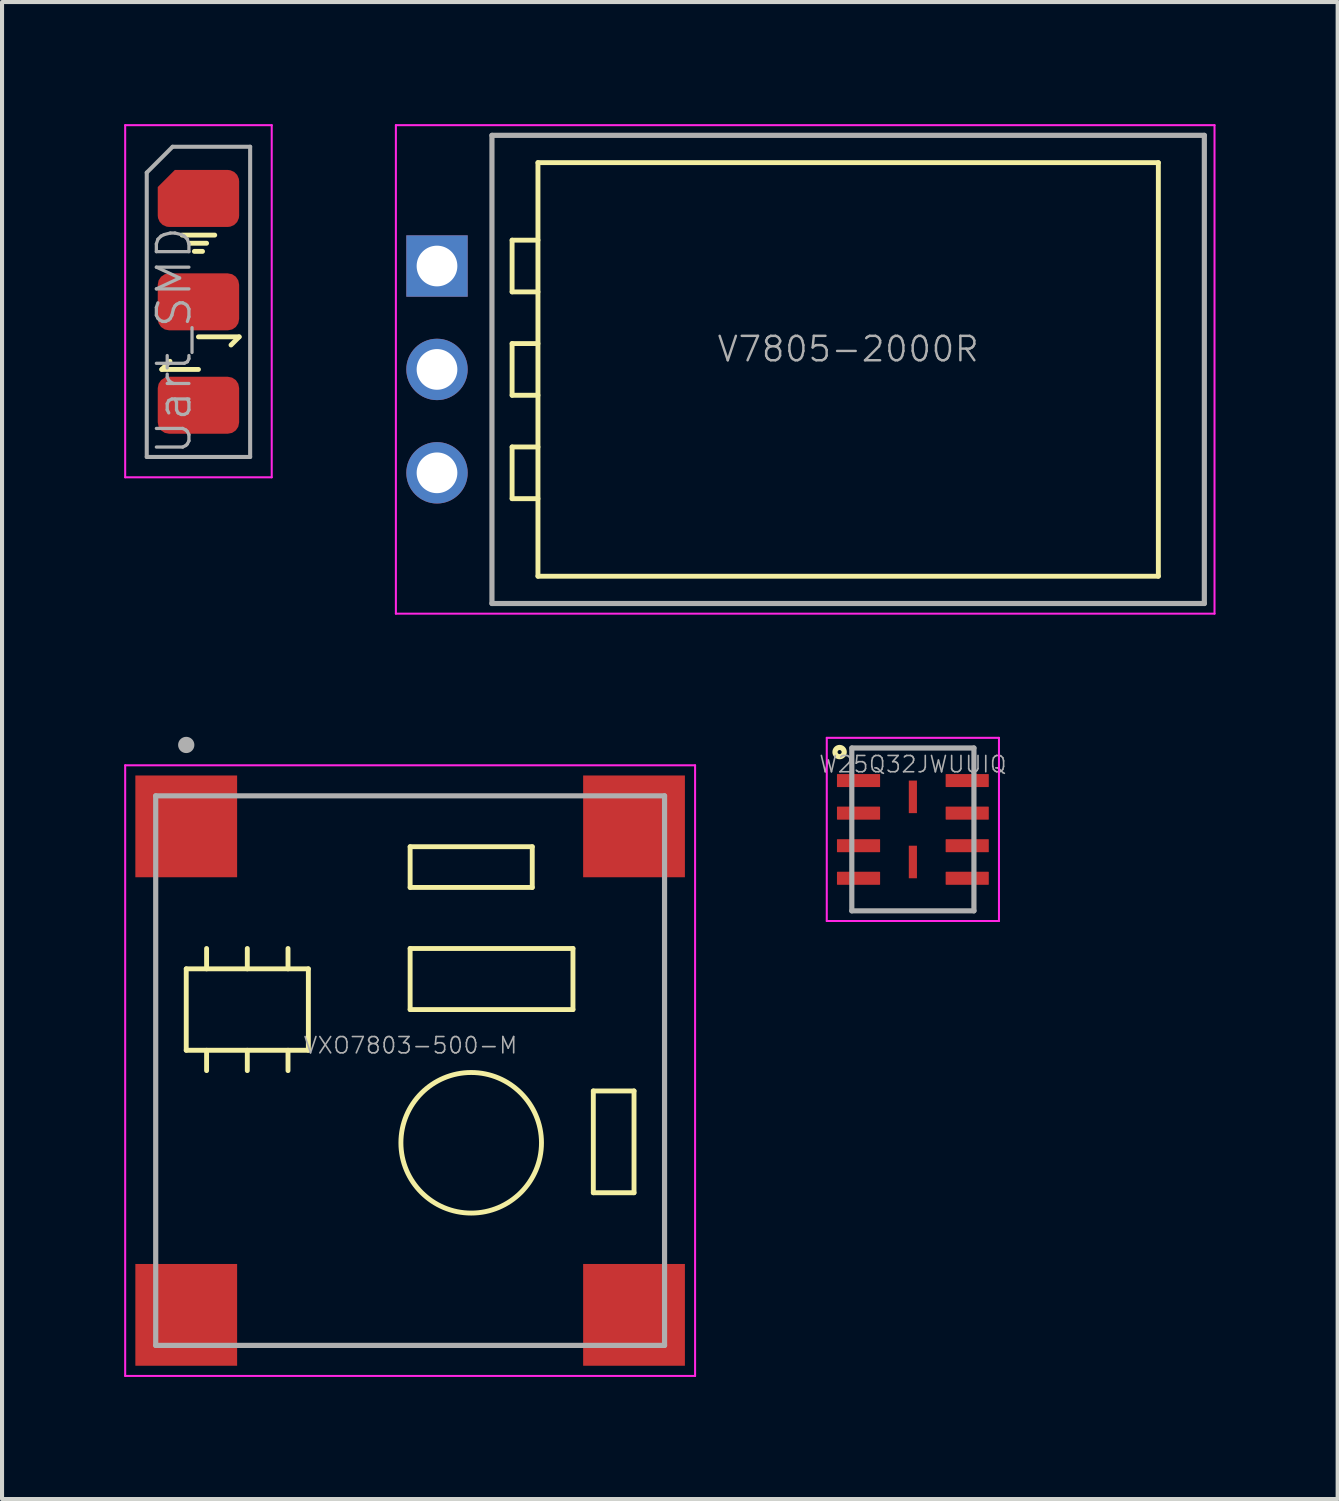
<source format=kicad_pcb>
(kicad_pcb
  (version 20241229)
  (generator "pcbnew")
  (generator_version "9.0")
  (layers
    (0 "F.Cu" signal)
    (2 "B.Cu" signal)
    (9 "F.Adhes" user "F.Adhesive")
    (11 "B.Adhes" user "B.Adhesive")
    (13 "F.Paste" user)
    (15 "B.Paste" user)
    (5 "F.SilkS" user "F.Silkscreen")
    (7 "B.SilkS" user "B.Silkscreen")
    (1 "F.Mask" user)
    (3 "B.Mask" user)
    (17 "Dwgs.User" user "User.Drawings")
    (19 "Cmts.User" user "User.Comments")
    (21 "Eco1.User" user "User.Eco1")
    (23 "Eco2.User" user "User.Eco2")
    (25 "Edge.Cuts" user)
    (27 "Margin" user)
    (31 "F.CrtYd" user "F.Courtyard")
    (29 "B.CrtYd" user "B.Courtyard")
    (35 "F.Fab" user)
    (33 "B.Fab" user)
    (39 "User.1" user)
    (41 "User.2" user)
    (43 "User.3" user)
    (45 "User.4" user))
  (footprint "VXO7803-500-M"
    (layer "F.Cu")
    (at 7.025 23.25)
    (property "Reference" "VXO7803-500-M" (at 0.01 -0.62 0) (layer "F.Fab") (effects (font (size 0.4 0.4) (thickness 0.04))))
    (attr smd)
    (fp_line (start -5.5 -2.5) (end -5.5 -0.5) (stroke (width 0.12) (type solid)) (layer "F.SilkS"))
    (fp_line (start -5.5 -0.5) (end -2.5 -0.5) (stroke (width 0.12) (type solid)) (layer "F.SilkS"))
    (fp_line (start -5 -2.5) (end -5 -3) (stroke (width 0.12) (type solid)) (layer "F.SilkS"))
    (fp_line (start -5 0) (end -5 -0.5) (stroke (width 0.12) (type solid)) (layer "F.SilkS"))
    (fp_line (start -4 -2.5) (end -4 -3) (stroke (width 0.12) (type solid)) (layer "F.SilkS"))
    (fp_line (start -4 0) (end -4 -0.5) (stroke (width 0.12) (type solid)) (layer "F.SilkS"))
    (fp_line (start -3 -2.5) (end -3 -3) (stroke (width 0.12) (type solid)) (layer "F.SilkS"))
    (fp_line (start -3 0) (end -3 -0.5) (stroke (width 0.12) (type solid)) (layer "F.SilkS"))
    (fp_line (start -2.5 -2.5) (end -5.5 -2.5) (stroke (width 0.12) (type solid)) (layer "F.SilkS"))
    (fp_line (start -2.5 -0.5) (end -2.5 -2.5) (stroke (width 0.12) (type solid)) (layer "F.SilkS"))
    (fp_line (start 0 -5.5) (end 0 -4.5) (stroke (width 0.12) (type solid)) (layer "F.SilkS"))
    (fp_line (start 0 -4.5) (end 3 -4.5) (stroke (width 0.12) (type solid)) (layer "F.SilkS"))
    (fp_line (start 0 -3) (end 0 -1.5) (stroke (width 0.12) (type solid)) (layer "F.SilkS"))
    (fp_line (start 0 -1.5) (end 4 -1.5) (stroke (width 0.12) (type solid)) (layer "F.SilkS"))
    (fp_line (start 3 -5.5) (end 0 -5.5) (stroke (width 0.12) (type solid)) (layer "F.SilkS"))
    (fp_line (start 3 -4.5) (end 3 -5.5) (stroke (width 0.12) (type solid)) (layer "F.SilkS"))
    (fp_line (start 4 -3) (end 0 -3) (stroke (width 0.12) (type solid)) (layer "F.SilkS"))
    (fp_line (start 4 -1.5) (end 4 -3) (stroke (width 0.12) (type solid)) (layer "F.SilkS"))
    (fp_line (start 4.5 0.5) (end 4.5 3) (stroke (width 0.12) (type solid)) (layer "F.SilkS"))
    (fp_line (start 4.5 3) (end 5.5 3) (stroke (width 0.12) (type solid)) (layer "F.SilkS"))
    (fp_line (start 5.5 0.5) (end 4.5 0.5) (stroke (width 0.12) (type solid)) (layer "F.SilkS"))
    (fp_line (start 5.5 3) (end 5.5 0.5) (stroke (width 0.12) (type solid)) (layer "F.SilkS"))
    (fp_circle (center 1.5 1.773) (end 2.24 3.333) (stroke (width 0.12) (type solid)) (fill no) (layer "F.SilkS"))
    (fp_line (start -7 -7.5) (end 7 -7.5) (stroke (width 0.05) (type solid)) (layer "F.CrtYd"))
    (fp_line (start -7 7.5) (end -7 -7.5) (stroke (width 0.05) (type solid)) (layer "F.CrtYd"))
    (fp_line (start 7 -7.5) (end 7 7.5) (stroke (width 0.05) (type solid)) (layer "F.CrtYd"))
    (fp_line (start 7 7.5) (end -7 7.5) (stroke (width 0.05) (type solid)) (layer "F.CrtYd"))
    (fp_line (start -6.25 -6.75) (end 6.25 -6.75) (stroke (width 0.127) (type solid)) (layer "F.Fab"))
    (fp_line (start -6.25 6.75) (end -6.25 -6.75) (stroke (width 0.127) (type solid)) (layer "F.Fab"))
    (fp_line (start 6.25 -6.75) (end 6.25 6.75) (stroke (width 0.127) (type solid)) (layer "F.Fab"))
    (fp_line (start 6.25 6.75) (end -6.25 6.75) (stroke (width 0.127) (type solid)) (layer "F.Fab"))
    (fp_circle (center -5.5 -8) (end -5.4 -8) (stroke (width 0.2) (type solid)) (fill no) (layer "F.Fab"))
    (pad "1" smd rect (at -5.5 -6) (size 2.5 2.5) (layers "F.Cu" "F.Mask" "F.Paste"))
    (pad "2" smd rect (at 5.5 -6) (size 2.5 2.5) (layers "F.Cu" "F.Mask" "F.Paste"))
    (pad "3" smd rect (at 5.5 6) (size 2.5 2.5) (layers "F.Cu" "F.Mask" "F.Paste"))
    (pad "4" smd rect (at -5.5 6) (size 2.5 2.5) (layers "F.Cu" "F.Mask" "F.Paste")))
  (footprint "W25Q32JWUUIQ"
    (layer "F.Cu")
    (at 19.375 17.325)
    (property "Reference" "W25Q32JWUUIQ" (at 0 -1.6 0) (layer "F.Fab") (effects (font (size 0.4 0.4) (thickness 0.04))))
    (attr smd)
    (fp_circle (center -1.8 -1.9) (end -1.75 -1.9) (stroke (width 0.127) (type solid)) (fill no) (layer "F.SilkS"))
    (fp_poly (pts (xy -0.06 -1.05) (xy 0.06 -1.05) (xy 0.06 -0.55) (xy -0.06 -0.55)) (stroke (width 0.01) (type solid)) (fill yes) (layer "F.Paste"))
    (fp_poly (pts (xy -0.06 0.55) (xy 0.06 0.55) (xy 0.06 1.05) (xy -0.06 1.05)) (stroke (width 0.01) (type solid)) (fill yes) (layer "F.Paste"))
    (fp_line (start -2.115 -2.25) (end -2.115 2.25) (stroke (width 0.05) (type solid)) (layer "F.CrtYd"))
    (fp_line (start -2.115 -2.25) (end 2.115 -2.25) (stroke (width 0.05) (type solid)) (layer "F.CrtYd"))
    (fp_line (start -2.115 2.25) (end 2.115 2.25) (stroke (width 0.05) (type solid)) (layer "F.CrtYd"))
    (fp_line (start 2.115 -2.25) (end 2.115 2.25) (stroke (width 0.05) (type solid)) (layer "F.CrtYd"))
    (fp_line (start -1.5 -2) (end -1.5 2) (stroke (width 0.127) (type solid)) (layer "F.Fab"))
    (fp_line (start -1.5 -2) (end 1.5 -2) (stroke (width 0.127) (type solid)) (layer "F.Fab"))
    (fp_line (start -1.5 2) (end 1.5 2) (stroke (width 0.127) (type solid)) (layer "F.Fab"))
    (fp_line (start 1.5 -2) (end 1.5 2) (stroke (width 0.127) (type solid)) (layer "F.Fab"))
    (pad "" smd rect (at 0 -0.8) (size 0.2 0.8) (layers "F.Cu" "F.Mask" "F.Paste"))
    (pad "" smd rect (at 0 0.8) (size 0.2 0.8) (layers "F.Cu" "F.Mask" "F.Paste"))
    (pad "1" smd roundrect (at -1.335 -1.2) (size 1.06 0.32) (layers "F.Cu" "F.Mask" "F.Paste") (roundrect_rratio 0.04))
    (pad "2" smd roundrect (at -1.335 -0.4) (size 1.06 0.32) (layers "F.Cu" "F.Mask" "F.Paste") (roundrect_rratio 0.04))
    (pad "3" smd roundrect (at -1.335 0.4) (size 1.06 0.32) (layers "F.Cu" "F.Mask" "F.Paste") (roundrect_rratio 0.04))
    (pad "4" smd roundrect (at -1.335 1.2) (size 1.06 0.32) (layers "F.Cu" "F.Mask" "F.Paste") (roundrect_rratio 0.04))
    (pad "5" smd roundrect (at 1.335 1.2) (size 1.06 0.32) (layers "F.Cu" "F.Mask" "F.Paste") (roundrect_rratio 0.04))
    (pad "6" smd roundrect (at 1.335 0.4) (size 1.06 0.32) (layers "F.Cu" "F.Mask" "F.Paste") (roundrect_rratio 0.04))
    (pad "7" smd roundrect (at 1.335 -0.4) (size 1.06 0.32) (layers "F.Cu" "F.Mask" "F.Paste") (roundrect_rratio 0.04))
    (pad "8" smd roundrect (at 1.335 -1.2) (size 1.06 0.32) (layers "F.Cu" "F.Mask" "F.Paste") (roundrect_rratio 0.04)))
  (footprint "Uart_SMD"
    (layer "F.Cu")
    (at 1.825 1.825)
    (property "Reference" "Uart_SMD" (at -0.6 6.35 90) (unlocked yes) (layer "F.Fab") (effects (font (size 0.8 0.8) (thickness 0.08)) (justify left)))
    (attr smd board_only)
    (fp_line (start -0.9 4.2) (end 0 4.2) (stroke (width 0.12) (type default)) (layer "F.SilkS"))
    (fp_line (start -0.7 4) (end -0.9 4.2) (stroke (width 0.12) (type default)) (layer "F.SilkS"))
    (fp_line (start -0.4 0.9) (end 0.4 0.9) (stroke (width 0.12) (type default)) (layer "F.SilkS"))
    (fp_line (start -0.2 1.1) (end 0.2 1.1) (stroke (width 0.12) (type default)) (layer "F.SilkS"))
    (fp_line (start -0.1 1.3) (end 0.1 1.3) (stroke (width 0.12) (type default)) (layer "F.SilkS"))
    (fp_line (start 1 3.4) (end 0 3.4) (stroke (width 0.12) (type default)) (layer "F.SilkS"))
    (fp_line (start 1 3.4) (end 0.8 3.6) (stroke (width 0.12) (type default)) (layer "F.SilkS"))
    (fp_line (start -1.8 -1.8) (end -1.8 6.85) (stroke (width 0.05) (type solid)) (layer "F.CrtYd"))
    (fp_line (start -1.8 6.85) (end 1.8 6.85) (stroke (width 0.05) (type solid)) (layer "F.CrtYd"))
    (fp_line (start 1.8 -1.8) (end -1.8 -1.8) (stroke (width 0.05) (type solid)) (layer "F.CrtYd"))
    (fp_line (start 1.8 6.85) (end 1.8 -1.8) (stroke (width 0.05) (type solid)) (layer "F.CrtYd"))
    (fp_line (start -1.27 -0.635) (end -0.635 -1.27) (stroke (width 0.1) (type solid)) (layer "F.Fab"))
    (fp_line (start -1.27 6.35) (end -1.27 -0.635) (stroke (width 0.1) (type solid)) (layer "F.Fab"))
    (fp_line (start -0.635 -1.27) (end 1.27 -1.27) (stroke (width 0.1) (type solid)) (layer "F.Fab"))
    (fp_line (start 1.27 -1.27) (end 1.27 6.35) (stroke (width 0.1) (type solid)) (layer "F.Fab"))
    (fp_line (start 1.27 6.35) (end -1.27 6.35) (stroke (width 0.1) (type solid)) (layer "F.Fab"))
    (pad "1" smd roundrect (at 0 0) (size 2 1.4) (layers "F.Cu" "F.Mask" "F.Paste") (roundrect_rratio 0.2) (chamfer_ratio 0.3) (chamfer top_left))
    (pad "2" smd roundrect (at 0 2.54) (size 2 1.4) (layers "F.Cu" "F.Mask" "F.Paste") (roundrect_rratio 0.2))
    (pad "3" smd roundrect (at 0 5.08) (size 2 1.4) (layers "F.Cu" "F.Mask" "F.Paste") (roundrect_rratio 0.2)))
  (footprint "V7805-2000R"
    (layer "F.Cu")
    (at 17.785 6.025)
    (property "Reference" "V7805-2000R" (at 0 -0.5 0) (layer "F.Fab") (effects (font (size 0.6 0.6) (thickness 0.06))))
    (attr through_hole)
    (fp_line (start -8.255 -3.175) (end -8.255 -1.905) (stroke (width 0.12) (type solid)) (layer "F.SilkS"))
    (fp_line (start -8.255 -1.905) (end -7.62 -1.905) (stroke (width 0.12) (type solid)) (layer "F.SilkS"))
    (fp_line (start -8.255 -0.635) (end -8.255 0.635) (stroke (width 0.12) (type solid)) (layer "F.SilkS"))
    (fp_line (start -8.255 0.635) (end -7.62 0.635) (stroke (width 0.12) (type solid)) (layer "F.SilkS"))
    (fp_line (start -8.255 1.905) (end -8.255 3.175) (stroke (width 0.12) (type solid)) (layer "F.SilkS"))
    (fp_line (start -8.255 3.175) (end -7.62 3.175) (stroke (width 0.12) (type solid)) (layer "F.SilkS"))
    (fp_line (start -7.62 -5.08) (end -7.62 5.08) (stroke (width 0.12) (type solid)) (layer "F.SilkS"))
    (fp_line (start -7.62 -3.175) (end -8.255 -3.175) (stroke (width 0.12) (type solid)) (layer "F.SilkS"))
    (fp_line (start -7.62 -0.635) (end -8.255 -0.635) (stroke (width 0.12) (type solid)) (layer "F.SilkS"))
    (fp_line (start -7.62 1.905) (end -8.255 1.905) (stroke (width 0.12) (type solid)) (layer "F.SilkS"))
    (fp_line (start -7.62 5.08) (end 7.62 5.08) (stroke (width 0.12) (type solid)) (layer "F.SilkS"))
    (fp_line (start 7.62 -5.08) (end -7.62 -5.08) (stroke (width 0.12) (type solid)) (layer "F.SilkS"))
    (fp_line (start 7.62 5.08) (end 7.62 -5.08) (stroke (width 0.12) (type solid)) (layer "F.SilkS"))
    (fp_line (start -11.11 -6) (end 9 -6) (stroke (width 0.05) (type solid)) (layer "F.CrtYd"))
    (fp_line (start -11.11 6) (end -11.11 -6) (stroke (width 0.05) (type solid)) (layer "F.CrtYd"))
    (fp_line (start 9 -6) (end 9 6) (stroke (width 0.05) (type solid)) (layer "F.CrtYd"))
    (fp_line (start 9 6) (end -11.11 6) (stroke (width 0.05) (type solid)) (layer "F.CrtYd"))
    (fp_line (start -8.75 -5.75) (end 8.75 -5.75) (stroke (width 0.127) (type solid)) (layer "F.Fab"))
    (fp_line (start -8.75 5.75) (end -8.75 -5.75) (stroke (width 0.127) (type solid)) (layer "F.Fab"))
    (fp_line (start 8.75 -5.75) (end 8.75 5.75) (stroke (width 0.127) (type solid)) (layer "F.Fab"))
    (fp_line (start 8.75 5.75) (end -8.75 5.75) (stroke (width 0.127) (type solid)) (layer "F.Fab"))
    (fp_circle (center -10.1 -2.54) (end -9.9 -2.54) (stroke (width 0.4) (type solid)) (fill no) (layer "F.Fab"))
    (pad "1" thru_hole rect (at -10.1 -2.54) (size 1.508 1.508) (drill 1) (layers "*.Cu" "*.Mask"))
    (pad "2" thru_hole circle (at -10.1 0) (size 1.508 1.508) (drill 1) (layers "*.Cu" "*.Mask"))
    (pad "3" thru_hole circle (at -10.1 2.54) (size 1.508 1.508) (drill 1) (layers "*.Cu" "*.Mask")))
  (gr_rect
    (start -3 -3)
    (end 29.81 33.775)
    (stroke (width 0.1) (type default))
    (fill no)
    (layer "Edge.Cuts")))
</source>
